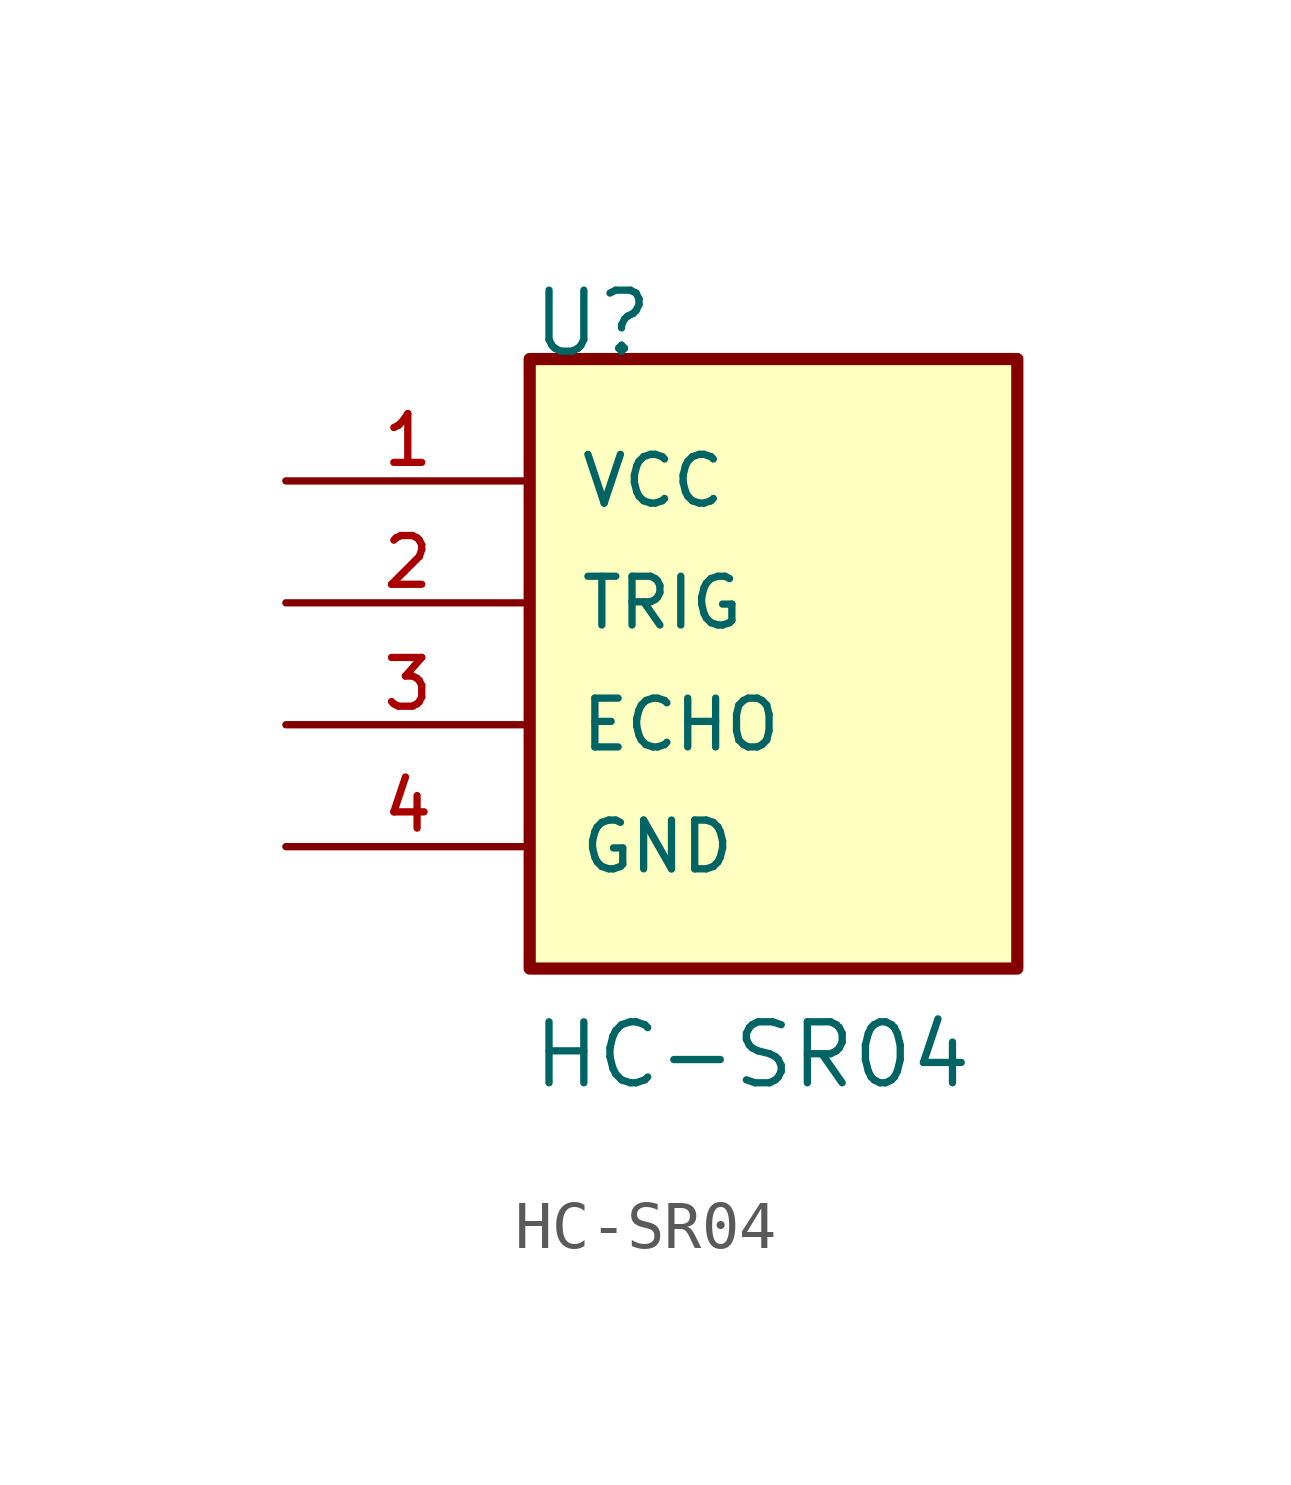
<source format=kicad_sym>
(kicad_symbol_lib
  (version 20211014)
  (generator kicad_symbol_editor)
  (symbol "HC-SR04"
    (pin_names
      (offset 1.016))
    (property "Reference" "U"
      (at 0.0 5.081 0)
      (effects (font (size 1.27 1.27)) (justify bottom left)))
    (property "Value" "HC-SR04"
      (at 0.0 -10.163 0)
      (effects (font (size 1.27 1.27)) (justify bottom left)))
    (symbol "HC-SR04_0_0"
      (rectangle (start -8.881784197e-16 -7.62) (end 10.16 5.08) (stroke (width 0.254)) (fill (type background)))
      (pin power_in line (at -5.08 2.54 0) (length 5.08) (name "VCC" (effects (font (size 1.016 1.016)))) (number "1" (effects (font (size 1.016 1.016)))))
      (pin power_in line (at -5.08 -5.08 0) (length 5.08) (name "GND" (effects (font (size 1.016 1.016)))) (number "4" (effects (font (size 1.016 1.016)))))
      (pin bidirectional line (at -5.08 0.0 0) (length 5.08) (name "TRIG" (effects (font (size 1.016 1.016)))) (number "2" (effects (font (size 1.016 1.016)))))
      (pin bidirectional line (at -5.08 -2.54 0) (length 5.08) (name "ECHO" (effects (font (size 1.016 1.016)))) (number "3" (effects (font (size 1.016 1.016))))))))
</source>
